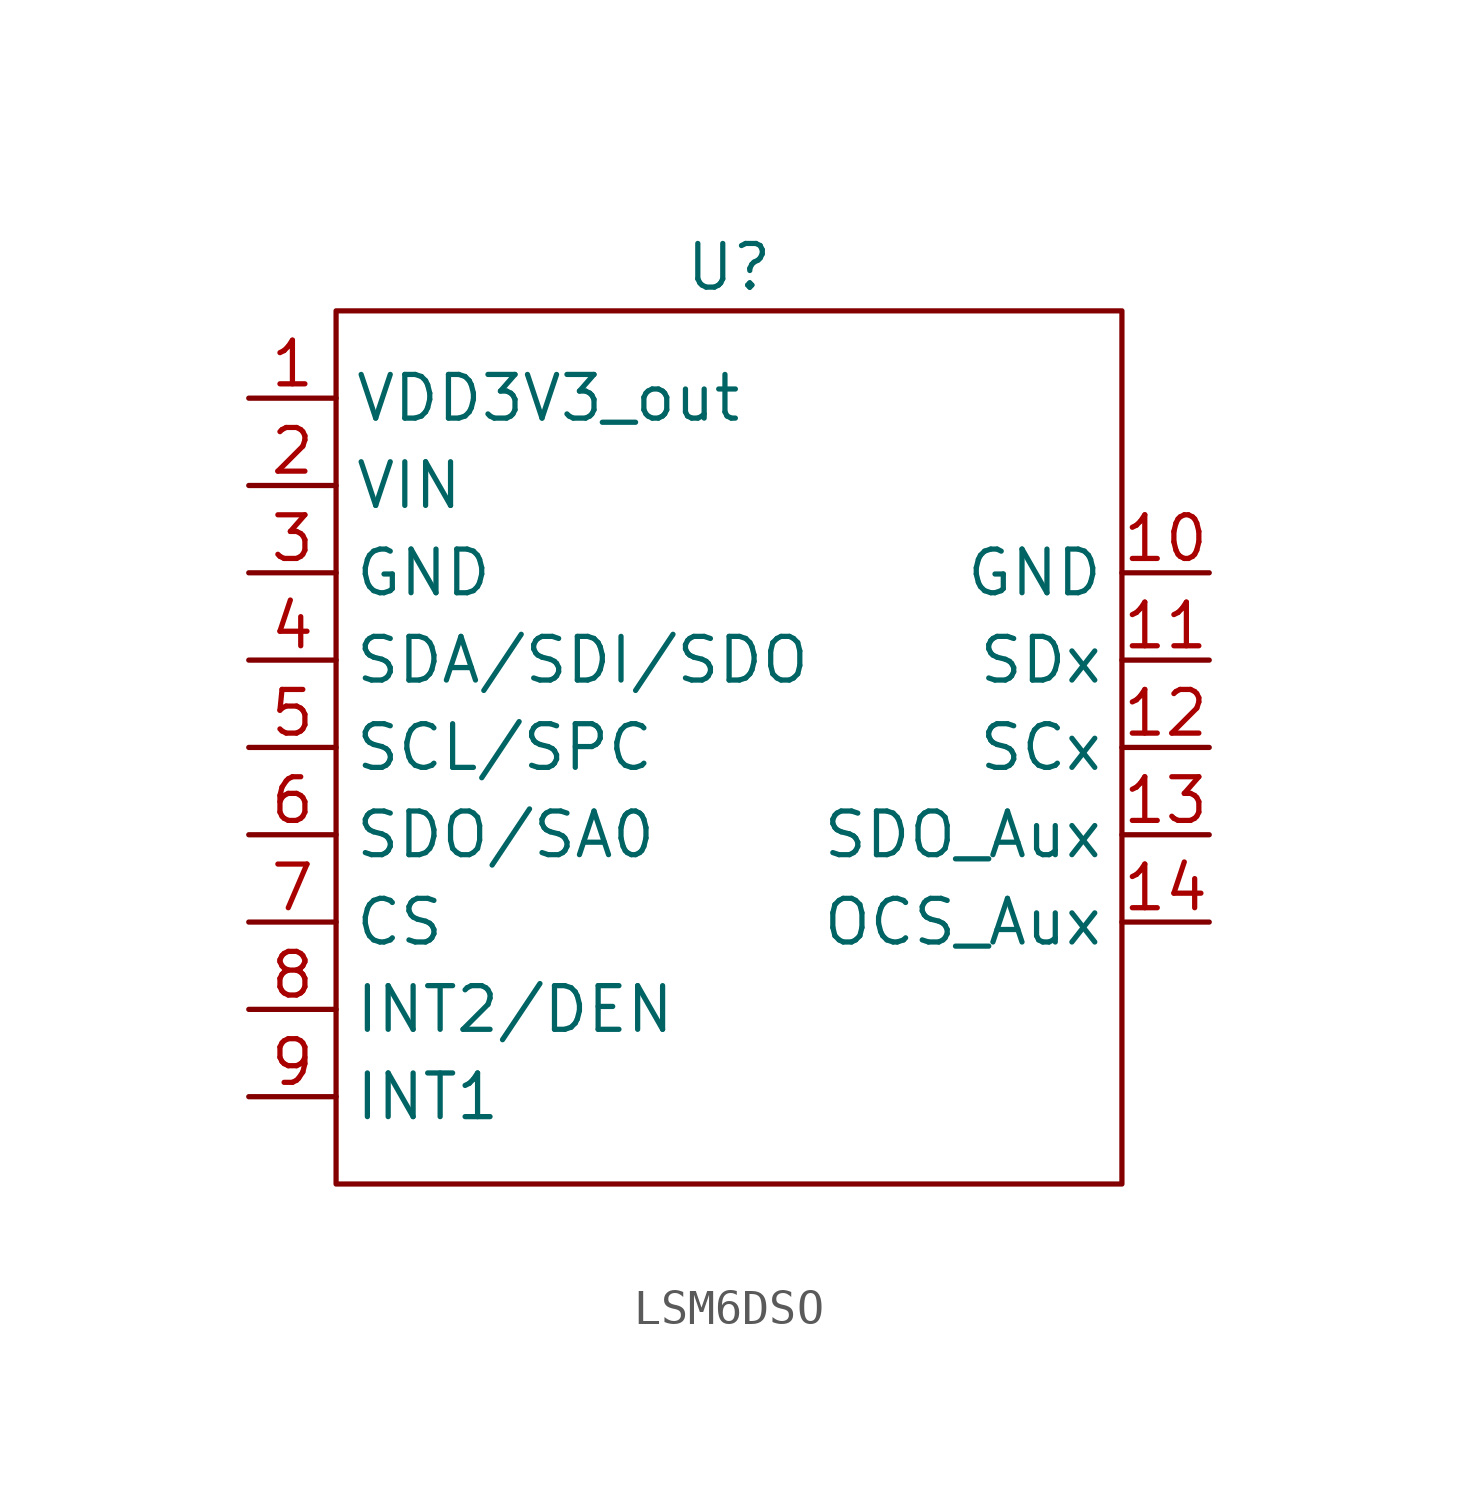
<source format=kicad_sym>
(kicad_symbol_lib
  (version 20241209)
  (generator "kicad_symbol_editor")
  (generator_version "9.0")
  (symbol "LSM6DSO"
    (property "Reference" "U"
      (at 0 0 0)
      (effects (font (size 1.27 1.27))))
    (property "Value" ""
      (at 0 0 0)
      (effects (font (size 1.27 1.27))))
    (symbol "LSM6DSO_0_1"
      (rectangle (start -11.43 -1.27) (end 11.43 -26.67) (stroke (width 0) (type default)) (fill (type none))))
    (symbol "LSM6DSO_1_1"
      (pin power_out line (at -13.97 -3.81 0) (length 2.54) (name "VDD3V3_out" (effects (font (size 1.27 1.27)))) (number "1" (effects (font (size 1.27 1.27)))))
      (pin power_in line (at -13.97 -6.35 0) (length 2.54) (name "VIN" (effects (font (size 1.27 1.27)))) (number "2" (effects (font (size 1.27 1.27)))))
      (pin power_in line (at -13.97 -8.89 0) (length 2.54) (name "GND" (effects (font (size 1.27 1.27)))) (number "3" (effects (font (size 1.27 1.27)))))
      (pin bidirectional line (at -13.97 -11.43 0) (length 2.54) (name "SDA/SDI/SDO" (effects (font (size 1.27 1.27)))) (number "4" (effects (font (size 1.27 1.27)))))
      (pin input line (at -13.97 -13.97 0) (length 2.54) (name "SCL/SPC" (effects (font (size 1.27 1.27)))) (number "5" (effects (font (size 1.27 1.27)))))
      (pin bidirectional line (at -13.97 -16.51 0) (length 2.54) (name "SDO/SA0" (effects (font (size 1.27 1.27)))) (number "6" (effects (font (size 1.27 1.27)))))
      (pin input line (at -13.97 -19.05 0) (length 2.54) (name "CS" (effects (font (size 1.27 1.27)))) (number "7" (effects (font (size 1.27 1.27)))))
      (pin bidirectional line (at -13.97 -21.59 0) (length 2.54) (name "INT2/DEN" (effects (font (size 1.27 1.27)))) (number "8" (effects (font (size 1.27 1.27)))))
      (pin output line (at -13.97 -24.13 0) (length 2.54) (name "INT1" (effects (font (size 1.27 1.27)))) (number "9" (effects (font (size 1.27 1.27)))))
      (pin power_in line (at 13.97 -8.89 180) (length 2.54) (name "GND" (effects (font (size 1.27 1.27)))) (number "10" (effects (font (size 1.27 1.27)))))
      (pin bidirectional line (at 13.97 -11.43 180) (length 2.54) (name "SDx" (effects (font (size 1.27 1.27)))) (number "11" (effects (font (size 1.27 1.27)))))
      (pin bidirectional line (at 13.97 -13.97 180) (length 2.54) (name "SCx" (effects (font (size 1.27 1.27)))) (number "12" (effects (font (size 1.27 1.27)))))
      (pin output line (at 13.97 -16.51 180) (length 2.54) (name "SDO_Aux" (effects (font (size 1.27 1.27)))) (number "13" (effects (font (size 1.27 1.27)))))
      (pin input line (at 13.97 -19.05 180) (length 2.54) (name "OCS_Aux" (effects (font (size 1.27 1.27)))) (number "14" (effects (font (size 1.27 1.27))))))))
</source>
